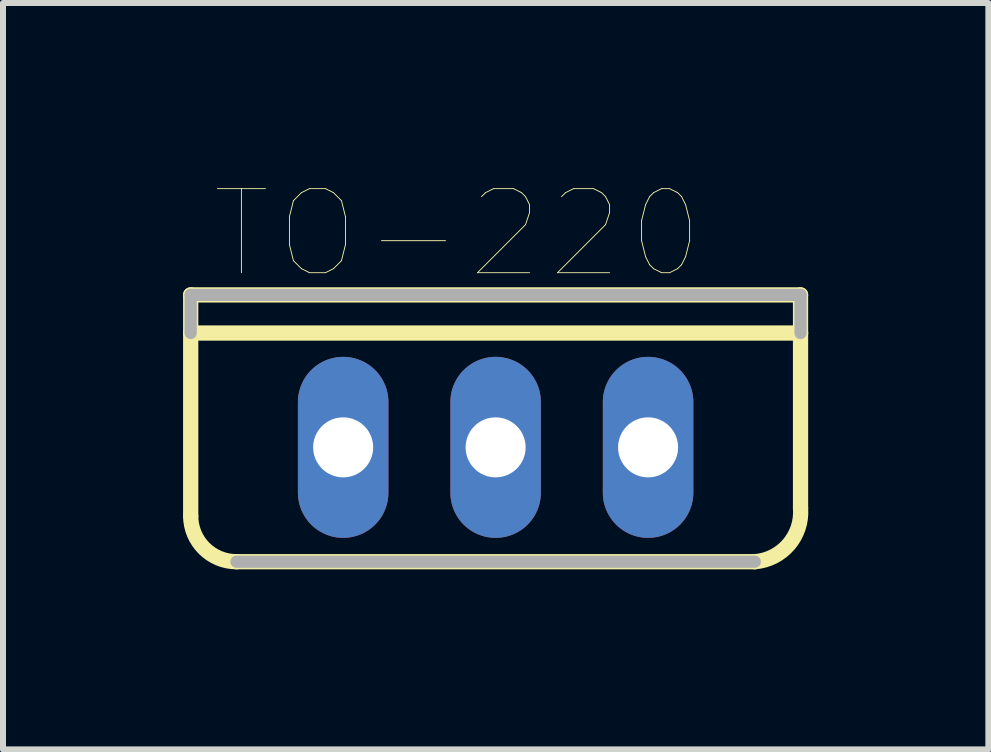
<source format=kicad_pcb>
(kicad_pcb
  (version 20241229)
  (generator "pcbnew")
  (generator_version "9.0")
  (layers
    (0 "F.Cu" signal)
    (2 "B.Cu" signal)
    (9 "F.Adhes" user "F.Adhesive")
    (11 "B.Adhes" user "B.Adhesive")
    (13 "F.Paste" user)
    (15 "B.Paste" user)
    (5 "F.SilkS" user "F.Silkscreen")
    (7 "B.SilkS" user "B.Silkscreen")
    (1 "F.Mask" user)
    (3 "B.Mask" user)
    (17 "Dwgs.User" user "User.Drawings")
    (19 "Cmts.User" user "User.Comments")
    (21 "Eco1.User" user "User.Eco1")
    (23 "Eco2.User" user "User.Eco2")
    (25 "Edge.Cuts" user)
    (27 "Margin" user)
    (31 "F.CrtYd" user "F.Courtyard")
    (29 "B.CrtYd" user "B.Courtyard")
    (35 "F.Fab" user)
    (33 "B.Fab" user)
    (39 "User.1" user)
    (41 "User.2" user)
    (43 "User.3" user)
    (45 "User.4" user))
  (footprint "TO-220"
    (layer "F.Cu")
    (at 5.207 4.403)
    (property "Reference" "TO-220" (at -0.635 -3.557 0) (layer "F.SilkS") (effects (font (size 1.4 1.4) (thickness 0.015))))
    (attr through_hole)
    (fp_line (start -5.08 -2.54) (end 5.08 -2.54) (stroke (width 0.254) (type solid)) (layer "F.SilkS"))
    (fp_line (start -5.08 -1.905) (end -5.08 -2.54) (stroke (width 0.254) (type solid)) (layer "F.SilkS"))
    (fp_line (start -5.08 1.143) (end -5.08 -1.905) (stroke (width 0.254) (type solid)) (layer "F.SilkS"))
    (fp_line (start 4.318 1.905) (end -4.318 1.905) (stroke (width 0.254) (type solid)) (layer "F.SilkS"))
    (fp_line (start 5.08 -2.54) (end 5.08 -1.905) (stroke (width 0.254) (type solid)) (layer "F.SilkS"))
    (fp_line (start 5.08 -1.905) (end -5.08 -1.905) (stroke (width 0.254) (type solid)) (layer "F.SilkS"))
    (fp_line (start 5.08 -1.905) (end 5.08 1.016) (stroke (width 0.254) (type solid)) (layer "F.SilkS"))
    (fp_arc (start -4.318 1.905) (mid -4.856815 1.681815) (end -5.08 1.143) (stroke (width 0.254) (type solid)) (layer "F.SilkS"))
    (fp_arc (start 5.08 1.016) (mid 4.883118 1.618315) (end 4.318 1.905) (stroke (width 0.254) (type solid)) (layer "F.SilkS"))
    (fp_line (start -5.08 -2.54) (end 5.08 -2.54) (stroke (width 0.203) (type solid)) (layer "F.Fab"))
    (fp_line (start -5.08 -1.905) (end -5.08 -2.54) (stroke (width 0.203) (type solid)) (layer "F.Fab"))
    (fp_line (start -4.318 1.905) (end 4.318 1.905) (stroke (width 0.203) (type solid)) (layer "F.Fab"))
    (fp_line (start 5.08 -2.54) (end 5.08 -1.905) (stroke (width 0.203) (type solid)) (layer "F.Fab"))
    (pad "1" thru_hole oval (at -2.54 0) (size 1.508 3.016) (drill 1) (layers "*.Cu" "*.Mask"))
    (pad "2" thru_hole oval (at 0 0) (size 1.508 3.016) (drill 1) (layers "*.Cu" "*.Mask"))
    (pad "3" thru_hole oval (at 2.54 0) (size 1.508 3.016) (drill 1) (layers "*.Cu" "*.Mask")))
  (gr_rect
    (start -3 -3)
    (end 13.416 9.435)
    (stroke (width 0.1) (type default))
    (fill no)
    (layer "Edge.Cuts")))
</source>
